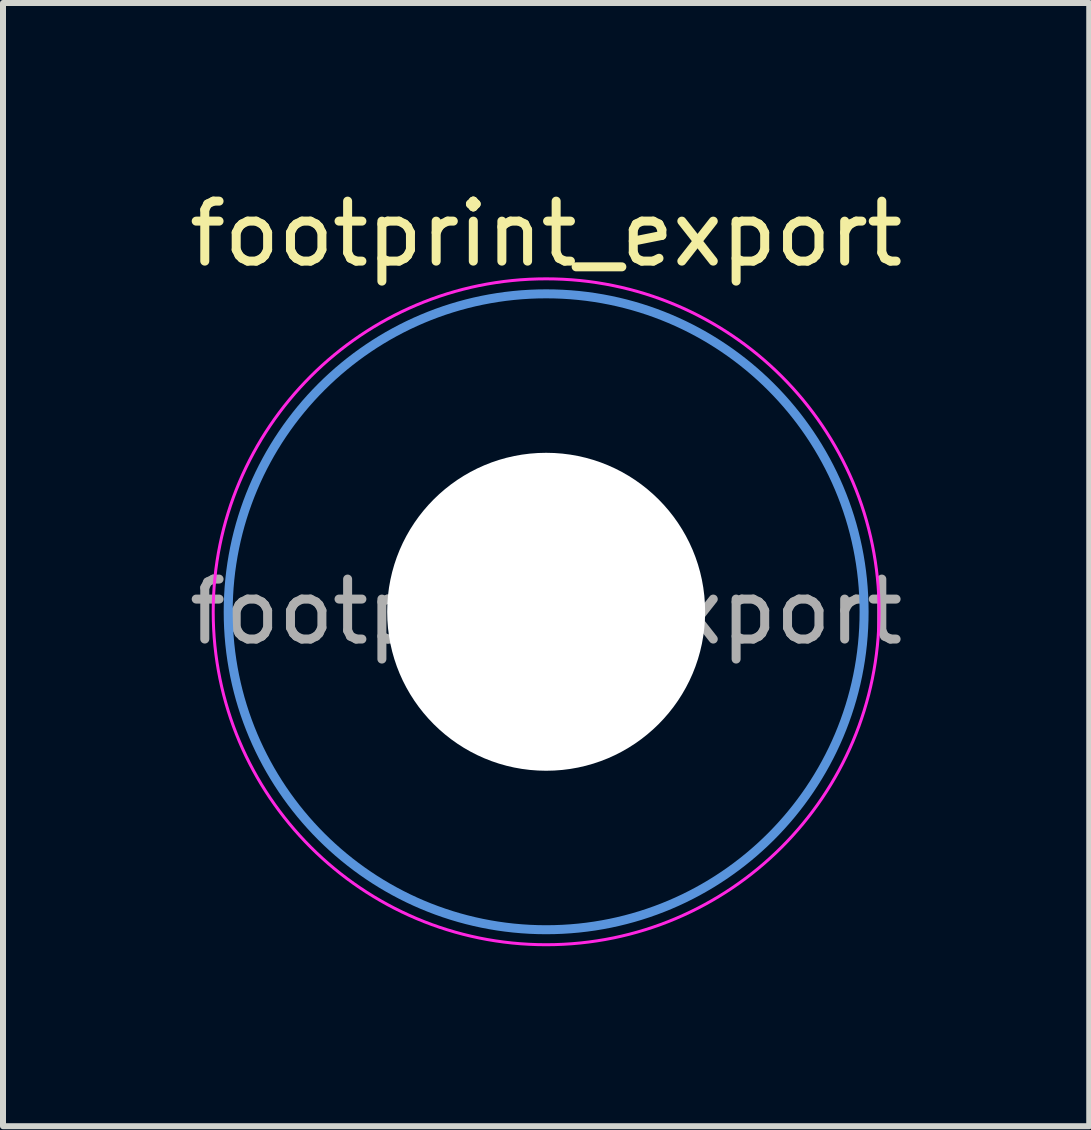
<source format=kicad_pcb>
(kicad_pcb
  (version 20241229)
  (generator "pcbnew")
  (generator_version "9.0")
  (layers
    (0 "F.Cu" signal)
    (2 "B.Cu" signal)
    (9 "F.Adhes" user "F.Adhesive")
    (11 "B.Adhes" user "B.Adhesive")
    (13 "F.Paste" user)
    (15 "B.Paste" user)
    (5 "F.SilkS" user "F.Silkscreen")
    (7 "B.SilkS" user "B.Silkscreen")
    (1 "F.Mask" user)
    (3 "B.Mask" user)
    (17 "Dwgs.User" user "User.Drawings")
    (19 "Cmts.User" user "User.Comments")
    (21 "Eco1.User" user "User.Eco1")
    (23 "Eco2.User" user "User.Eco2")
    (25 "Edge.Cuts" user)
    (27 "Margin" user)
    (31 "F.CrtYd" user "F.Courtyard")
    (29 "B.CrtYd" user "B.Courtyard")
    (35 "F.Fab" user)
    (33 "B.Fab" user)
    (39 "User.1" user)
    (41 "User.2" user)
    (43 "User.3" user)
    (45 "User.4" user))
  (footprint "footprint_export"
    (layer "F.Cu")
    (at 6.054 7.148)
    (property "Reference" "footprint_export" (at 0 -6.3 0) (layer "F.SilkS") (effects (font (size 1 1) (thickness 0.15))))
    (attr exclude_from_pos_files exclude_from_bom)
    (fp_circle (center 0 0) (end 5.3 0) (stroke (width 0.15) (type solid)) (fill no) (layer "Cmts.User"))
    (fp_circle (center 0 0) (end 5.55 0) (stroke (width 0.05) (type solid)) (fill no) (layer "F.CrtYd"))
    (fp_text user "${REFERENCE}" (at 0 0 0) (layer "F.Fab") (effects (font (size 1 1) (thickness 0.15))))
    (pad "" np_thru_hole circle (at 0 0) (size 5.3 5.3) (drill 5.3) (layers "*.Cu" "*.Mask")))
  (gr_rect
    (start -3 -3)
    (end 15.107 15.723)
    (stroke (width 0.1) (type default))
    (fill no)
    (layer "Edge.Cuts")))
</source>
